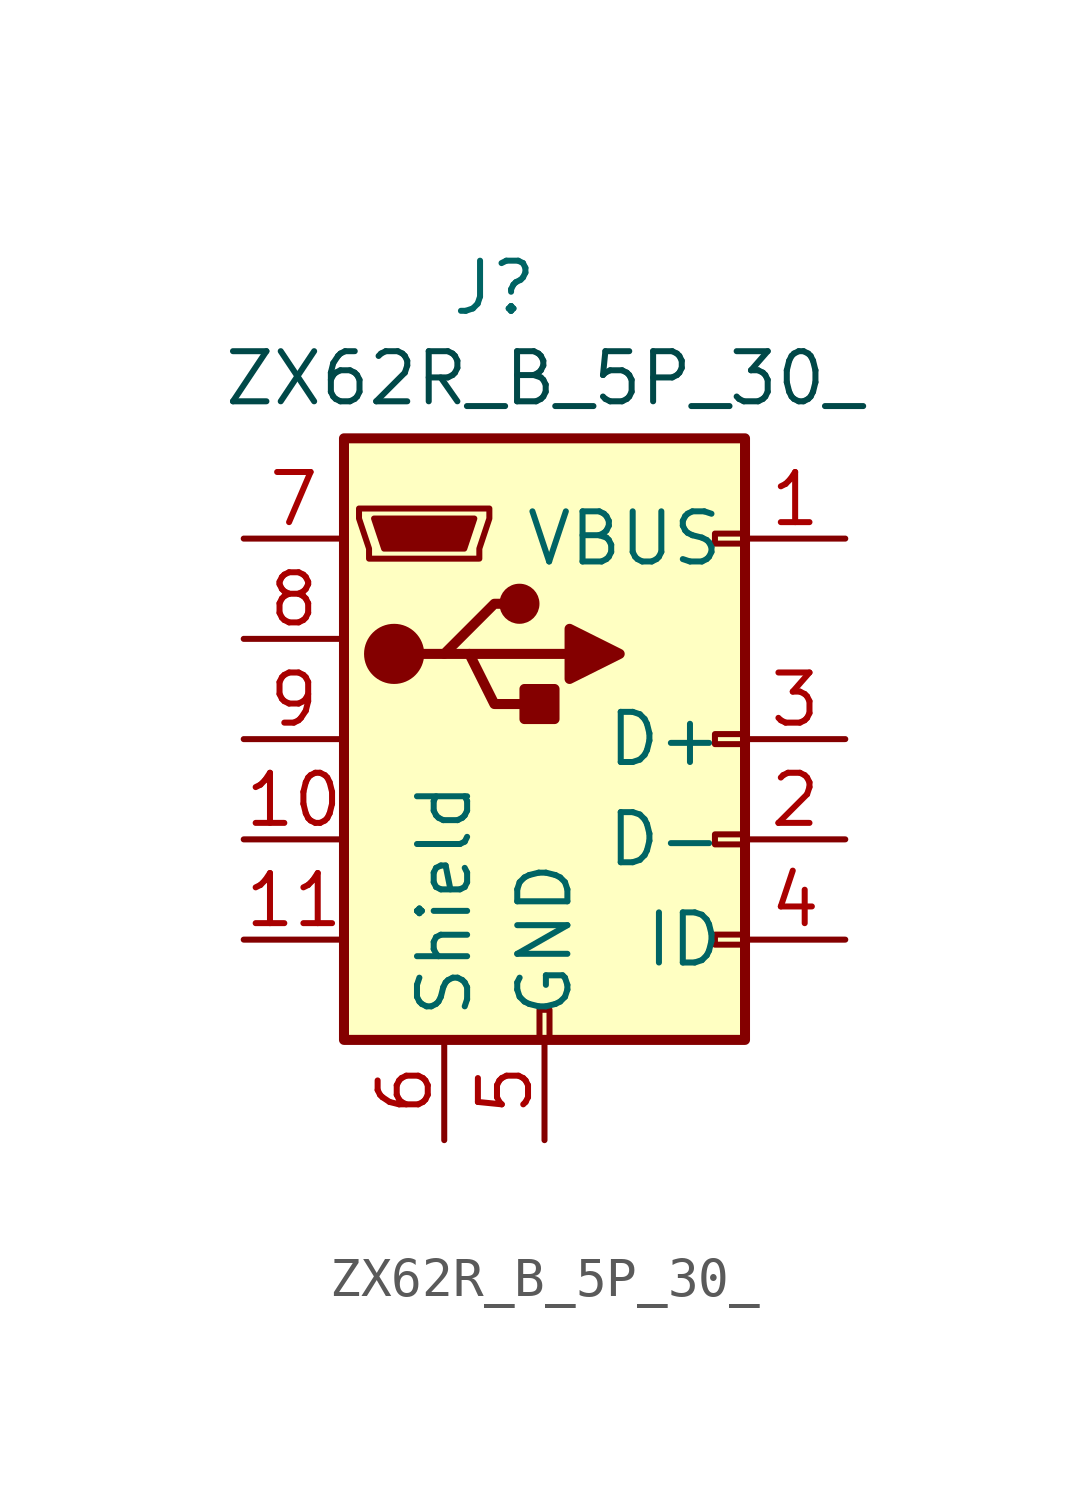
<source format=kicad_sym>
(kicad_symbol_lib
  (version 20220914)
  (generator kicad_symbol_editor)
  (symbol "ZX62R_B_5P_30_"
    (property "Reference" "J"
      (at 0 2.54 0)
      (effects (font (size 1.27 1.27))))
    (property "Value" ""
      (at 0 0 0)
      (effects (font (size 1.27 1.27))))
    (symbol "ZX62R_B_5P_30__0_1"
      (rectangle (start -3.81 -1.27) (end 6.35 -16.51) (stroke (width 0.254) (type default)) (fill (type background)))
      (circle (center -2.54 -6.731) (radius 0.635) (stroke (width 0.254) (type default)) (fill (type outline)))
      (polyline (pts (xy -0.635 -6.731) (xy 1.905 -6.731)) (stroke (width 0.254) (type default)) (fill (type none)))
      (polyline (pts (xy -1.905 -6.731) (xy -1.27 -6.731) (xy 0 -5.461) (xy 0.635 -5.461)) (stroke (width 0.254) (type default)) (fill (type none)))
      (polyline (pts (xy -1.27 -6.731) (xy -0.635 -6.731) (xy 0 -8.001) (xy 1.27 -8.001)) (stroke (width 0.254) (type default)) (fill (type none)))
      (polyline (pts (xy 1.905 -6.096) (xy 1.905 -7.366) (xy 3.175 -6.731) (xy 1.905 -6.096)) (stroke (width 0.254) (type default)) (fill (type outline)))
      (polyline (pts (xy -3.048 -3.302) (xy -0.508 -3.302) (xy -0.762 -4.064) (xy -2.794 -4.064) (xy -3.048 -3.302)) (stroke (width 0) (type default)) (fill (type outline)))
      (polyline (pts (xy -3.429 -3.048) (xy -3.429 -3.302) (xy -3.175 -4.064) (xy -3.175 -4.318) (xy -0.381 -4.318) (xy -0.381 -4.064) (xy -0.127 -3.302) (xy -0.127 -3.048) (xy -3.429 -3.048)) (stroke (width 0) (type default)) (fill (type none)))
      (circle (center 0.635 -5.461) (radius 0.381) (stroke (width 0.254) (type default)) (fill (type outline)))
      (rectangle (start 1.143 -16.51) (end 1.397 -15.748) (stroke (width 0) (type default)) (fill (type none)))
      (rectangle (start 1.524 -7.62) (end 0.762 -8.382) (stroke (width 0.254) (type default)) (fill (type outline)))
      (rectangle (start 6.35 -14.097) (end 5.588 -13.843) (stroke (width 0) (type default)) (fill (type none)))
      (rectangle (start 6.35 -11.557) (end 5.588 -11.303) (stroke (width 0) (type default)) (fill (type none)))
      (rectangle (start 6.35 -9.017) (end 5.588 -8.763) (stroke (width 0) (type default)) (fill (type none)))
      (rectangle (start 6.35 -3.937) (end 5.588 -3.683) (stroke (width 0) (type default)) (fill (type none))))
    (symbol "ZX62R_B_5P_30__1_1"
      (text "\nZX62R_B_5P_30_\n" (at 1.27 1.27 0) (effects (font (size 1.27 1.27) (color 0 72 72 1))))
      (pin power_out line (at 8.89 -3.81 180) (length 2.54) (name "VBUS" (effects (font (size 1.27 1.27)))) (number "1" (effects (font (size 1.27 1.27)))))
      (pin passive line (at -6.35 -11.43 0) (length 2.54) (name "" (effects (font (size 1.27 1.27)))) (number "10" (effects (font (size 1.27 1.27)))))
      (pin passive line (at -6.35 -13.97 0) (length 2.54) (name "" (effects (font (size 1.27 1.27)))) (number "11" (effects (font (size 1.27 1.27)))))
      (pin bidirectional line (at 8.89 -11.43 180) (length 2.54) (name "D-" (effects (font (size 1.27 1.27)))) (number "2" (effects (font (size 1.27 1.27)))))
      (pin bidirectional line (at 8.89 -8.89 180) (length 2.54) (name "D+" (effects (font (size 1.27 1.27)))) (number "3" (effects (font (size 1.27 1.27)))))
      (pin passive line (at 8.89 -13.97 180) (length 2.54) (name "ID" (effects (font (size 1.27 1.27)))) (number "4" (effects (font (size 1.27 1.27)))))
      (pin power_out line (at 1.27 -19.05 90) (length 2.54) (name "GND" (effects (font (size 1.27 1.27)))) (number "5" (effects (font (size 1.27 1.27)))))
      (pin passive line (at -1.27 -19.05 90) (length 2.54) (name "Shield" (effects (font (size 1.27 1.27)))) (number "6" (effects (font (size 1.27 1.27)))))
      (pin passive line (at -6.35 -3.81 0) (length 2.54) (name "" (effects (font (size 1.27 1.27)))) (number "7" (effects (font (size 1.27 1.27)))))
      (pin passive line (at -6.35 -6.35 0) (length 2.54) (name "" (effects (font (size 1.27 1.27)))) (number "8" (effects (font (size 1.27 1.27)))))
      (pin passive line (at -6.35 -8.89 0) (length 2.54) (name "" (effects (font (size 1.27 1.27)))) (number "9" (effects (font (size 1.27 1.27))))))))
</source>
